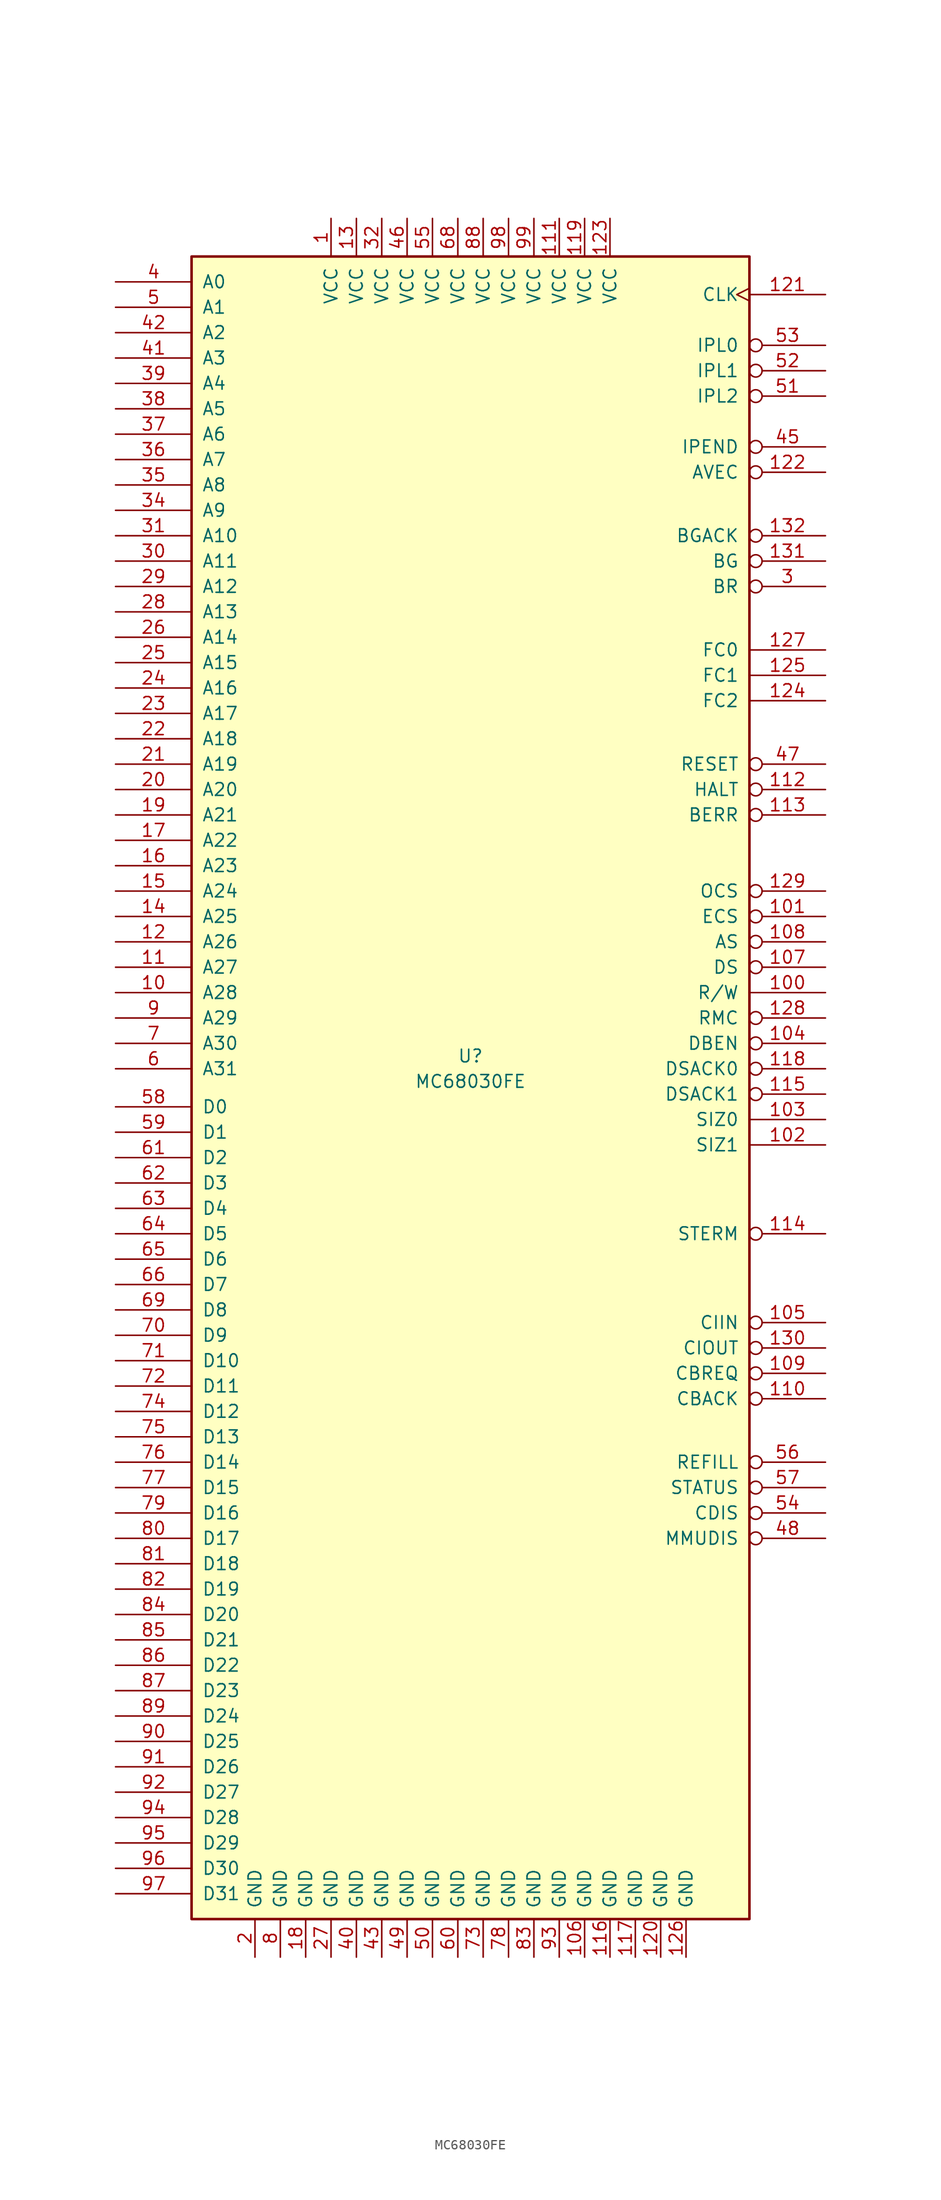
<source format=kicad_sym>
(kicad_symbol_lib
  (version 20211014)
  (generator kicad_symbol_editor)
  (symbol "MC68030FE"
    (pin_names
      (offset 1.016))
    (property "Reference" "U"
      (at 0 2.54 0)
      (effects (font (size 1.27 1.27))))
    (property "Value" "MC68030FE"
      (at 0 0 0)
      (effects (font (size 1.27 1.27))))
    (symbol "MC68030FE_1_1"
      (rectangle (start -27.94 82.55) (end 27.94 -83.82) (stroke (width 0.254) (type default) (color 0 0 0 0)) (fill (type background)))
      (pin power_in line (at -13.97 86.36 270) (length 3.81) (name "VCC" (effects (font (size 1.27 1.27)))) (number "1" (effects (font (size 1.27 1.27)))))
      (pin output line (at -35.56 8.89 0) (length 7.62) (name "A28" (effects (font (size 1.27 1.27)))) (number "10" (effects (font (size 1.27 1.27)))))
      (pin output line (at 35.56 8.89 180) (length 7.62) (name "R/W" (effects (font (size 1.27 1.27)))) (number "100" (effects (font (size 1.27 1.27)))))
      (pin output inverted (at 35.56 16.51 180) (length 7.62) (name "ECS" (effects (font (size 1.27 1.27)))) (number "101" (effects (font (size 1.27 1.27)))))
      (pin output line (at 35.56 -6.35 180) (length 7.62) (name "SIZ1" (effects (font (size 1.27 1.27)))) (number "102" (effects (font (size 1.27 1.27)))))
      (pin output line (at 35.56 -3.81 180) (length 7.62) (name "SIZ0" (effects (font (size 1.27 1.27)))) (number "103" (effects (font (size 1.27 1.27)))))
      (pin output inverted (at 35.56 3.81 180) (length 7.62) (name "DBEN" (effects (font (size 1.27 1.27)))) (number "104" (effects (font (size 1.27 1.27)))))
      (pin input inverted (at 35.56 -24.13 180) (length 7.62) (name "CIIN" (effects (font (size 1.27 1.27)))) (number "105" (effects (font (size 1.27 1.27)))))
      (pin power_in line (at 11.43 -87.63 90) (length 3.81) (name "GND" (effects (font (size 1.27 1.27)))) (number "106" (effects (font (size 1.27 1.27)))))
      (pin output inverted (at 35.56 11.43 180) (length 7.62) (name "DS" (effects (font (size 1.27 1.27)))) (number "107" (effects (font (size 1.27 1.27)))))
      (pin output inverted (at 35.56 13.97 180) (length 7.62) (name "AS" (effects (font (size 1.27 1.27)))) (number "108" (effects (font (size 1.27 1.27)))))
      (pin output inverted (at 35.56 -29.21 180) (length 7.62) (name "CBREQ" (effects (font (size 1.27 1.27)))) (number "109" (effects (font (size 1.27 1.27)))))
      (pin output line (at -35.56 11.43 0) (length 7.62) (name "A27" (effects (font (size 1.27 1.27)))) (number "11" (effects (font (size 1.27 1.27)))))
      (pin input inverted (at 35.56 -31.75 180) (length 7.62) (name "CBACK" (effects (font (size 1.27 1.27)))) (number "110" (effects (font (size 1.27 1.27)))))
      (pin power_in line (at 8.89 86.36 270) (length 3.81) (name "VCC" (effects (font (size 1.27 1.27)))) (number "111" (effects (font (size 1.27 1.27)))))
      (pin input inverted (at 35.56 29.21 180) (length 7.62) (name "HALT" (effects (font (size 1.27 1.27)))) (number "112" (effects (font (size 1.27 1.27)))))
      (pin input inverted (at 35.56 26.67 180) (length 7.62) (name "BERR" (effects (font (size 1.27 1.27)))) (number "113" (effects (font (size 1.27 1.27)))))
      (pin input inverted (at 35.56 -15.24 180) (length 7.62) (name "STERM" (effects (font (size 1.27 1.27)))) (number "114" (effects (font (size 1.27 1.27)))))
      (pin input inverted (at 35.56 -1.27 180) (length 7.62) (name "DSACK1" (effects (font (size 1.27 1.27)))) (number "115" (effects (font (size 1.27 1.27)))))
      (pin power_in line (at 13.97 -87.63 90) (length 3.81) (name "GND" (effects (font (size 1.27 1.27)))) (number "116" (effects (font (size 1.27 1.27)))))
      (pin power_in line (at 16.51 -87.63 90) (length 3.81) (name "GND" (effects (font (size 1.27 1.27)))) (number "117" (effects (font (size 1.27 1.27)))))
      (pin input inverted (at 35.56 1.27 180) (length 7.62) (name "DSACK0" (effects (font (size 1.27 1.27)))) (number "118" (effects (font (size 1.27 1.27)))))
      (pin power_in line (at 11.43 86.36 270) (length 3.81) (name "VCC" (effects (font (size 1.27 1.27)))) (number "119" (effects (font (size 1.27 1.27)))))
      (pin output line (at -35.56 13.97 0) (length 7.62) (name "A26" (effects (font (size 1.27 1.27)))) (number "12" (effects (font (size 1.27 1.27)))))
      (pin power_in line (at 19.05 -87.63 90) (length 3.81) (name "GND" (effects (font (size 1.27 1.27)))) (number "120" (effects (font (size 1.27 1.27)))))
      (pin input clock (at 35.56 78.74 180) (length 7.62) (name "CLK" (effects (font (size 1.27 1.27)))) (number "121" (effects (font (size 1.27 1.27)))))
      (pin input inverted (at 35.56 60.96 180) (length 7.62) (name "AVEC" (effects (font (size 1.27 1.27)))) (number "122" (effects (font (size 1.27 1.27)))))
      (pin power_in line (at 13.97 86.36 270) (length 3.81) (name "VCC" (effects (font (size 1.27 1.27)))) (number "123" (effects (font (size 1.27 1.27)))))
      (pin output line (at 35.56 38.1 180) (length 7.62) (name "FC2" (effects (font (size 1.27 1.27)))) (number "124" (effects (font (size 1.27 1.27)))))
      (pin output line (at 35.56 40.64 180) (length 7.62) (name "FC1" (effects (font (size 1.27 1.27)))) (number "125" (effects (font (size 1.27 1.27)))))
      (pin power_in line (at 21.59 -87.63 90) (length 3.81) (name "GND" (effects (font (size 1.27 1.27)))) (number "126" (effects (font (size 1.27 1.27)))))
      (pin output line (at 35.56 43.18 180) (length 7.62) (name "FC0" (effects (font (size 1.27 1.27)))) (number "127" (effects (font (size 1.27 1.27)))))
      (pin output inverted (at 35.56 6.35 180) (length 7.62) (name "RMC" (effects (font (size 1.27 1.27)))) (number "128" (effects (font (size 1.27 1.27)))))
      (pin output inverted (at 35.56 19.05 180) (length 7.62) (name "OCS" (effects (font (size 1.27 1.27)))) (number "129" (effects (font (size 1.27 1.27)))))
      (pin power_in line (at -11.43 86.36 270) (length 3.81) (name "VCC" (effects (font (size 1.27 1.27)))) (number "13" (effects (font (size 1.27 1.27)))))
      (pin output inverted (at 35.56 -26.67 180) (length 7.62) (name "CIOUT" (effects (font (size 1.27 1.27)))) (number "130" (effects (font (size 1.27 1.27)))))
      (pin output inverted (at 35.56 52.07 180) (length 7.62) (name "BG" (effects (font (size 1.27 1.27)))) (number "131" (effects (font (size 1.27 1.27)))))
      (pin input inverted (at 35.56 54.61 180) (length 7.62) (name "BGACK" (effects (font (size 1.27 1.27)))) (number "132" (effects (font (size 1.27 1.27)))))
      (pin output line (at -35.56 16.51 0) (length 7.62) (name "A25" (effects (font (size 1.27 1.27)))) (number "14" (effects (font (size 1.27 1.27)))))
      (pin output line (at -35.56 19.05 0) (length 7.62) (name "A24" (effects (font (size 1.27 1.27)))) (number "15" (effects (font (size 1.27 1.27)))))
      (pin output line (at -35.56 21.59 0) (length 7.62) (name "A23" (effects (font (size 1.27 1.27)))) (number "16" (effects (font (size 1.27 1.27)))))
      (pin output line (at -35.56 24.13 0) (length 7.62) (name "A22" (effects (font (size 1.27 1.27)))) (number "17" (effects (font (size 1.27 1.27)))))
      (pin power_in line (at -16.51 -87.63 90) (length 3.81) (name "GND" (effects (font (size 1.27 1.27)))) (number "18" (effects (font (size 1.27 1.27)))))
      (pin output line (at -35.56 26.67 0) (length 7.62) (name "A21" (effects (font (size 1.27 1.27)))) (number "19" (effects (font (size 1.27 1.27)))))
      (pin power_in line (at -21.59 -87.63 90) (length 3.81) (name "GND" (effects (font (size 1.27 1.27)))) (number "2" (effects (font (size 1.27 1.27)))))
      (pin output line (at -35.56 29.21 0) (length 7.62) (name "A20" (effects (font (size 1.27 1.27)))) (number "20" (effects (font (size 1.27 1.27)))))
      (pin output line (at -35.56 31.75 0) (length 7.62) (name "A19" (effects (font (size 1.27 1.27)))) (number "21" (effects (font (size 1.27 1.27)))))
      (pin output line (at -35.56 34.29 0) (length 7.62) (name "A18" (effects (font (size 1.27 1.27)))) (number "22" (effects (font (size 1.27 1.27)))))
      (pin output line (at -35.56 36.83 0) (length 7.62) (name "A17" (effects (font (size 1.27 1.27)))) (number "23" (effects (font (size 1.27 1.27)))))
      (pin output line (at -35.56 39.37 0) (length 7.62) (name "A16" (effects (font (size 1.27 1.27)))) (number "24" (effects (font (size 1.27 1.27)))))
      (pin output line (at -35.56 41.91 0) (length 7.62) (name "A15" (effects (font (size 1.27 1.27)))) (number "25" (effects (font (size 1.27 1.27)))))
      (pin output line (at -35.56 44.45 0) (length 7.62) (name "A14" (effects (font (size 1.27 1.27)))) (number "26" (effects (font (size 1.27 1.27)))))
      (pin power_in line (at -13.97 -87.63 90) (length 3.81) (name "GND" (effects (font (size 1.27 1.27)))) (number "27" (effects (font (size 1.27 1.27)))))
      (pin output line (at -35.56 46.99 0) (length 7.62) (name "A13" (effects (font (size 1.27 1.27)))) (number "28" (effects (font (size 1.27 1.27)))))
      (pin output line (at -35.56 49.53 0) (length 7.62) (name "A12" (effects (font (size 1.27 1.27)))) (number "29" (effects (font (size 1.27 1.27)))))
      (pin input inverted (at 35.56 49.53 180) (length 7.62) (name "BR" (effects (font (size 1.27 1.27)))) (number "3" (effects (font (size 1.27 1.27)))))
      (pin output line (at -35.56 52.07 0) (length 7.62) (name "A11" (effects (font (size 1.27 1.27)))) (number "30" (effects (font (size 1.27 1.27)))))
      (pin output line (at -35.56 54.61 0) (length 7.62) (name "A10" (effects (font (size 1.27 1.27)))) (number "31" (effects (font (size 1.27 1.27)))))
      (pin power_in line (at -8.89 86.36 270) (length 3.81) (name "VCC" (effects (font (size 1.27 1.27)))) (number "32" (effects (font (size 1.27 1.27)))))
      (pin no_connect line (at 27.94 -54.61 180) (length 0) hide (name "NC" (effects (font (size 1.27 1.27)))) (number "33" (effects (font (size 1.27 1.27)))))
      (pin output line (at -35.56 57.15 0) (length 7.62) (name "A9" (effects (font (size 1.27 1.27)))) (number "34" (effects (font (size 1.27 1.27)))))
      (pin output line (at -35.56 59.69 0) (length 7.62) (name "A8" (effects (font (size 1.27 1.27)))) (number "35" (effects (font (size 1.27 1.27)))))
      (pin output line (at -35.56 62.23 0) (length 7.62) (name "A7" (effects (font (size 1.27 1.27)))) (number "36" (effects (font (size 1.27 1.27)))))
      (pin output line (at -35.56 64.77 0) (length 7.62) (name "A6" (effects (font (size 1.27 1.27)))) (number "37" (effects (font (size 1.27 1.27)))))
      (pin output line (at -35.56 67.31 0) (length 7.62) (name "A5" (effects (font (size 1.27 1.27)))) (number "38" (effects (font (size 1.27 1.27)))))
      (pin output line (at -35.56 69.85 0) (length 7.62) (name "A4" (effects (font (size 1.27 1.27)))) (number "39" (effects (font (size 1.27 1.27)))))
      (pin output line (at -35.56 80.01 0) (length 7.62) (name "A0" (effects (font (size 1.27 1.27)))) (number "4" (effects (font (size 1.27 1.27)))))
      (pin power_in line (at -11.43 -87.63 90) (length 3.81) (name "GND" (effects (font (size 1.27 1.27)))) (number "40" (effects (font (size 1.27 1.27)))))
      (pin output line (at -35.56 72.39 0) (length 7.62) (name "A3" (effects (font (size 1.27 1.27)))) (number "41" (effects (font (size 1.27 1.27)))))
      (pin output line (at -35.56 74.93 0) (length 7.62) (name "A2" (effects (font (size 1.27 1.27)))) (number "42" (effects (font (size 1.27 1.27)))))
      (pin power_in line (at -8.89 -87.63 90) (length 3.81) (name "GND" (effects (font (size 1.27 1.27)))) (number "43" (effects (font (size 1.27 1.27)))))
      (pin no_connect line (at 27.94 -57.15 180) (length 0) hide (name "NC" (effects (font (size 1.27 1.27)))) (number "44" (effects (font (size 1.27 1.27)))))
      (pin output inverted (at 35.56 63.5 180) (length 7.62) (name "IPEND" (effects (font (size 1.27 1.27)))) (number "45" (effects (font (size 1.27 1.27)))))
      (pin power_in line (at -6.35 86.36 270) (length 3.81) (name "VCC" (effects (font (size 1.27 1.27)))) (number "46" (effects (font (size 1.27 1.27)))))
      (pin bidirectional inverted (at 35.56 31.75 180) (length 7.62) (name "RESET" (effects (font (size 1.27 1.27)))) (number "47" (effects (font (size 1.27 1.27)))))
      (pin input inverted (at 35.56 -45.72 180) (length 7.62) (name "MMUDIS" (effects (font (size 1.27 1.27)))) (number "48" (effects (font (size 1.27 1.27)))))
      (pin power_in line (at -6.35 -87.63 90) (length 3.81) (name "GND" (effects (font (size 1.27 1.27)))) (number "49" (effects (font (size 1.27 1.27)))))
      (pin output line (at -35.56 77.47 0) (length 7.62) (name "A1" (effects (font (size 1.27 1.27)))) (number "5" (effects (font (size 1.27 1.27)))))
      (pin power_in line (at -3.81 -87.63 90) (length 3.81) (name "GND" (effects (font (size 1.27 1.27)))) (number "50" (effects (font (size 1.27 1.27)))))
      (pin input inverted (at 35.56 68.58 180) (length 7.62) (name "IPL2" (effects (font (size 1.27 1.27)))) (number "51" (effects (font (size 1.27 1.27)))))
      (pin input inverted (at 35.56 71.12 180) (length 7.62) (name "IPL1" (effects (font (size 1.27 1.27)))) (number "52" (effects (font (size 1.27 1.27)))))
      (pin input inverted (at 35.56 73.66 180) (length 7.62) (name "IPL0" (effects (font (size 1.27 1.27)))) (number "53" (effects (font (size 1.27 1.27)))))
      (pin input inverted (at 35.56 -43.18 180) (length 7.62) (name "CDIS" (effects (font (size 1.27 1.27)))) (number "54" (effects (font (size 1.27 1.27)))))
      (pin power_in line (at -3.81 86.36 270) (length 3.81) (name "VCC" (effects (font (size 1.27 1.27)))) (number "55" (effects (font (size 1.27 1.27)))))
      (pin output inverted (at 35.56 -38.1 180) (length 7.62) (name "REFILL" (effects (font (size 1.27 1.27)))) (number "56" (effects (font (size 1.27 1.27)))))
      (pin output inverted (at 35.56 -40.64 180) (length 7.62) (name "STATUS" (effects (font (size 1.27 1.27)))) (number "57" (effects (font (size 1.27 1.27)))))
      (pin bidirectional line (at -35.56 -2.54 0) (length 7.62) (name "D0" (effects (font (size 1.27 1.27)))) (number "58" (effects (font (size 1.27 1.27)))))
      (pin bidirectional line (at -35.56 -5.08 0) (length 7.62) (name "D1" (effects (font (size 1.27 1.27)))) (number "59" (effects (font (size 1.27 1.27)))))
      (pin output line (at -35.56 1.27 0) (length 7.62) (name "A31" (effects (font (size 1.27 1.27)))) (number "6" (effects (font (size 1.27 1.27)))))
      (pin power_in line (at -1.27 -87.63 90) (length 3.81) (name "GND" (effects (font (size 1.27 1.27)))) (number "60" (effects (font (size 1.27 1.27)))))
      (pin bidirectional line (at -35.56 -7.62 0) (length 7.62) (name "D2" (effects (font (size 1.27 1.27)))) (number "61" (effects (font (size 1.27 1.27)))))
      (pin bidirectional line (at -35.56 -10.16 0) (length 7.62) (name "D3" (effects (font (size 1.27 1.27)))) (number "62" (effects (font (size 1.27 1.27)))))
      (pin bidirectional line (at -35.56 -12.7 0) (length 7.62) (name "D4" (effects (font (size 1.27 1.27)))) (number "63" (effects (font (size 1.27 1.27)))))
      (pin bidirectional line (at -35.56 -15.24 0) (length 7.62) (name "D5" (effects (font (size 1.27 1.27)))) (number "64" (effects (font (size 1.27 1.27)))))
      (pin bidirectional line (at -35.56 -17.78 0) (length 7.62) (name "D6" (effects (font (size 1.27 1.27)))) (number "65" (effects (font (size 1.27 1.27)))))
      (pin bidirectional line (at -35.56 -20.32 0) (length 7.62) (name "D7" (effects (font (size 1.27 1.27)))) (number "66" (effects (font (size 1.27 1.27)))))
      (pin no_connect line (at 27.94 -59.69 180) (length 0) hide (name "NC" (effects (font (size 1.27 1.27)))) (number "67" (effects (font (size 1.27 1.27)))))
      (pin power_in line (at -1.27 86.36 270) (length 3.81) (name "VCC" (effects (font (size 1.27 1.27)))) (number "68" (effects (font (size 1.27 1.27)))))
      (pin bidirectional line (at -35.56 -22.86 0) (length 7.62) (name "D8" (effects (font (size 1.27 1.27)))) (number "69" (effects (font (size 1.27 1.27)))))
      (pin output line (at -35.56 3.81 0) (length 7.62) (name "A30" (effects (font (size 1.27 1.27)))) (number "7" (effects (font (size 1.27 1.27)))))
      (pin bidirectional line (at -35.56 -25.4 0) (length 7.62) (name "D9" (effects (font (size 1.27 1.27)))) (number "70" (effects (font (size 1.27 1.27)))))
      (pin bidirectional line (at -35.56 -27.94 0) (length 7.62) (name "D10" (effects (font (size 1.27 1.27)))) (number "71" (effects (font (size 1.27 1.27)))))
      (pin bidirectional line (at -35.56 -30.48 0) (length 7.62) (name "D11" (effects (font (size 1.27 1.27)))) (number "72" (effects (font (size 1.27 1.27)))))
      (pin power_in line (at 1.27 -87.63 90) (length 3.81) (name "GND" (effects (font (size 1.27 1.27)))) (number "73" (effects (font (size 1.27 1.27)))))
      (pin bidirectional line (at -35.56 -33.02 0) (length 7.62) (name "D12" (effects (font (size 1.27 1.27)))) (number "74" (effects (font (size 1.27 1.27)))))
      (pin bidirectional line (at -35.56 -35.56 0) (length 7.62) (name "D13" (effects (font (size 1.27 1.27)))) (number "75" (effects (font (size 1.27 1.27)))))
      (pin bidirectional line (at -35.56 -38.1 0) (length 7.62) (name "D14" (effects (font (size 1.27 1.27)))) (number "76" (effects (font (size 1.27 1.27)))))
      (pin bidirectional line (at -35.56 -40.64 0) (length 7.62) (name "D15" (effects (font (size 1.27 1.27)))) (number "77" (effects (font (size 1.27 1.27)))))
      (pin power_in line (at 3.81 -87.63 90) (length 3.81) (name "GND" (effects (font (size 1.27 1.27)))) (number "78" (effects (font (size 1.27 1.27)))))
      (pin bidirectional line (at -35.56 -43.18 0) (length 7.62) (name "D16" (effects (font (size 1.27 1.27)))) (number "79" (effects (font (size 1.27 1.27)))))
      (pin power_in line (at -19.05 -87.63 90) (length 3.81) (name "GND" (effects (font (size 1.27 1.27)))) (number "8" (effects (font (size 1.27 1.27)))))
      (pin bidirectional line (at -35.56 -45.72 0) (length 7.62) (name "D17" (effects (font (size 1.27 1.27)))) (number "80" (effects (font (size 1.27 1.27)))))
      (pin bidirectional line (at -35.56 -48.26 0) (length 7.62) (name "D18" (effects (font (size 1.27 1.27)))) (number "81" (effects (font (size 1.27 1.27)))))
      (pin bidirectional line (at -35.56 -50.8 0) (length 7.62) (name "D19" (effects (font (size 1.27 1.27)))) (number "82" (effects (font (size 1.27 1.27)))))
      (pin power_in line (at 6.35 -87.63 90) (length 3.81) (name "GND" (effects (font (size 1.27 1.27)))) (number "83" (effects (font (size 1.27 1.27)))))
      (pin bidirectional line (at -35.56 -53.34 0) (length 7.62) (name "D20" (effects (font (size 1.27 1.27)))) (number "84" (effects (font (size 1.27 1.27)))))
      (pin bidirectional line (at -35.56 -55.88 0) (length 7.62) (name "D21" (effects (font (size 1.27 1.27)))) (number "85" (effects (font (size 1.27 1.27)))))
      (pin bidirectional line (at -35.56 -58.42 0) (length 7.62) (name "D22" (effects (font (size 1.27 1.27)))) (number "86" (effects (font (size 1.27 1.27)))))
      (pin bidirectional line (at -35.56 -60.96 0) (length 7.62) (name "D23" (effects (font (size 1.27 1.27)))) (number "87" (effects (font (size 1.27 1.27)))))
      (pin power_in line (at 1.27 86.36 270) (length 3.81) (name "VCC" (effects (font (size 1.27 1.27)))) (number "88" (effects (font (size 1.27 1.27)))))
      (pin bidirectional line (at -35.56 -63.5 0) (length 7.62) (name "D24" (effects (font (size 1.27 1.27)))) (number "89" (effects (font (size 1.27 1.27)))))
      (pin output line (at -35.56 6.35 0) (length 7.62) (name "A29" (effects (font (size 1.27 1.27)))) (number "9" (effects (font (size 1.27 1.27)))))
      (pin bidirectional line (at -35.56 -66.04 0) (length 7.62) (name "D25" (effects (font (size 1.27 1.27)))) (number "90" (effects (font (size 1.27 1.27)))))
      (pin bidirectional line (at -35.56 -68.58 0) (length 7.62) (name "D26" (effects (font (size 1.27 1.27)))) (number "91" (effects (font (size 1.27 1.27)))))
      (pin bidirectional line (at -35.56 -71.12 0) (length 7.62) (name "D27" (effects (font (size 1.27 1.27)))) (number "92" (effects (font (size 1.27 1.27)))))
      (pin power_in line (at 8.89 -87.63 90) (length 3.81) (name "GND" (effects (font (size 1.27 1.27)))) (number "93" (effects (font (size 1.27 1.27)))))
      (pin bidirectional line (at -35.56 -73.66 0) (length 7.62) (name "D28" (effects (font (size 1.27 1.27)))) (number "94" (effects (font (size 1.27 1.27)))))
      (pin bidirectional line (at -35.56 -76.2 0) (length 7.62) (name "D29" (effects (font (size 1.27 1.27)))) (number "95" (effects (font (size 1.27 1.27)))))
      (pin bidirectional line (at -35.56 -78.74 0) (length 7.62) (name "D30" (effects (font (size 1.27 1.27)))) (number "96" (effects (font (size 1.27 1.27)))))
      (pin bidirectional line (at -35.56 -81.28 0) (length 7.62) (name "D31" (effects (font (size 1.27 1.27)))) (number "97" (effects (font (size 1.27 1.27)))))
      (pin power_in line (at 3.81 86.36 270) (length 3.81) (name "VCC" (effects (font (size 1.27 1.27)))) (number "98" (effects (font (size 1.27 1.27)))))
      (pin power_in line (at 6.35 86.36 270) (length 3.81) (name "VCC" (effects (font (size 1.27 1.27)))) (number "99" (effects (font (size 1.27 1.27))))))))
</source>
